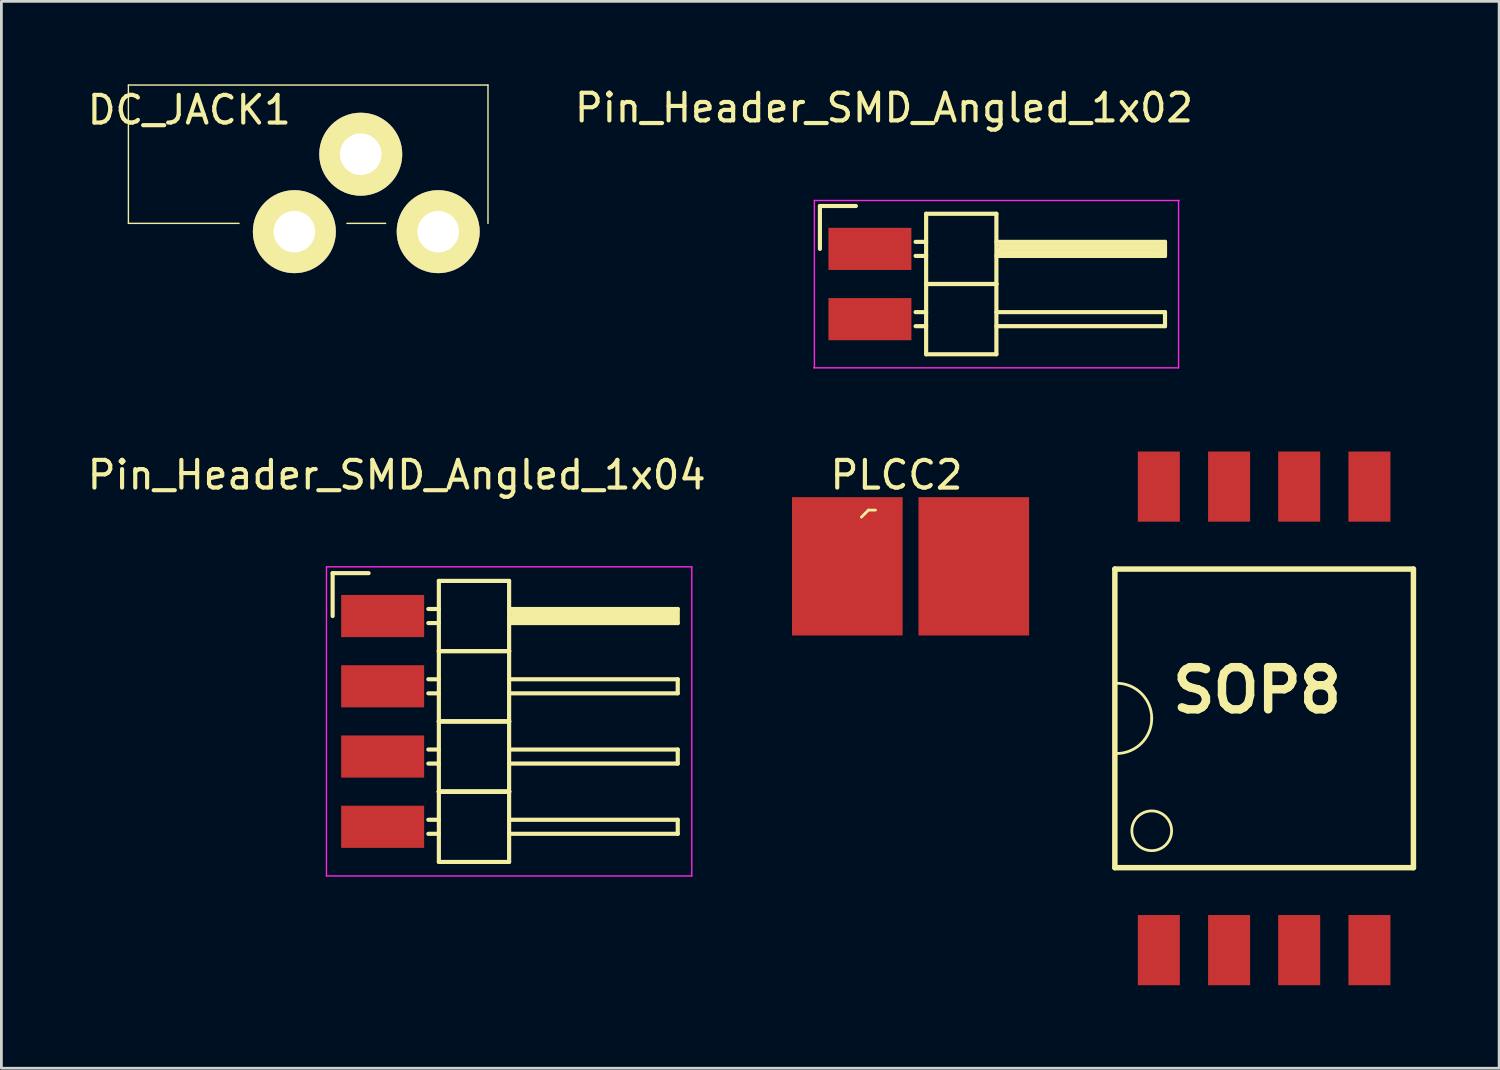
<source format=kicad_pcb>
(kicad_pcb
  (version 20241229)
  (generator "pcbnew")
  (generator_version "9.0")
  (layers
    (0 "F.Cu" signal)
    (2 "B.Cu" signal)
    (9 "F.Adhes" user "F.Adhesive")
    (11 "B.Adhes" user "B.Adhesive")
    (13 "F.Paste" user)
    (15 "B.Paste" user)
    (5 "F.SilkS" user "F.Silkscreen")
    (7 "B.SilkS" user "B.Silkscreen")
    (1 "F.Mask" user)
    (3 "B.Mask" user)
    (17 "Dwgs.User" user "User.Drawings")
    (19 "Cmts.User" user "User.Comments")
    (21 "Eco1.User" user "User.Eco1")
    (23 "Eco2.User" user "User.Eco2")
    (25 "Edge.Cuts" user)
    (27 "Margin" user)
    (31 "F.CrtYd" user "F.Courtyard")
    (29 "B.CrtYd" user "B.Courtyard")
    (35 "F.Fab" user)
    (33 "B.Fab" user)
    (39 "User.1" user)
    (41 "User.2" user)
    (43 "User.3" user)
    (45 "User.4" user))
  (footprint "PLCC2"
    (layer "F.Cu")
    (at 29.869 17.424)
    (property "Reference" "PLCC2" (at -0.508 -3.302 0) (layer "F.SilkS") (effects (font (size 1 1) (thickness 0.15))))
    (attr through_hole)
    (fp_line (start -1.524 -2.032) (end -1.778 -1.778) (stroke (width 0.1) (type solid)) (layer "F.SilkS"))
    (fp_line (start -1.27 -2.032) (end -1.524 -2.032) (stroke (width 0.1) (type solid)) (layer "F.SilkS"))
    (pad "1" smd rect (at -2.286 0) (size 4 5) (layers "F.Cu"))
    (pad "1" smd rect (at -1.524 0) (size 1.5 2.6) (layers "F.Cu" "F.Mask" "F.Paste"))
    (pad "2" smd rect (at 1.524 0) (size 1.5 2.6) (layers "F.Cu" "F.Mask" "F.Paste"))
    (pad "2" smd rect (at 2.286 0) (size 4 5) (layers "F.Cu")))
  (footprint "Pin_Header_SMD_Angled_1x02"
    (layer "F.Cu")
    (at 28.908 5.948)
    (property "Reference" "Pin_Header_SMD_Angled_1x02" (at 0 -5.1 0) (layer "F.SilkS") (effects (font (size 1 1) (thickness 0.15))))
    (attr through_hole)
    (fp_line (start -2.316 -1.55) (end -2.316 0) (stroke (width 0.15) (type solid)) (layer "F.SilkS"))
    (fp_line (start -1.016 -1.55) (end -2.316 -1.55) (stroke (width 0.15) (type solid)) (layer "F.SilkS"))
    (fp_line (start 1.524 -1.27) (end 1.524 1.27) (stroke (width 0.15) (type solid)) (layer "F.SilkS"))
    (fp_line (start 1.524 -1.27) (end 4.064 -1.27) (stroke (width 0.15) (type solid)) (layer "F.SilkS"))
    (fp_line (start 1.524 -0.254) (end 1.143 -0.254) (stroke (width 0.15) (type solid)) (layer "F.SilkS"))
    (fp_line (start 1.524 0.254) (end 1.143 0.254) (stroke (width 0.15) (type solid)) (layer "F.SilkS"))
    (fp_line (start 1.524 1.27) (end 1.524 3.81) (stroke (width 0.15) (type solid)) (layer "F.SilkS"))
    (fp_line (start 1.524 1.27) (end 4.064 1.27) (stroke (width 0.15) (type solid)) (layer "F.SilkS"))
    (fp_line (start 1.524 1.27) (end 4.064 1.27) (stroke (width 0.15) (type solid)) (layer "F.SilkS"))
    (fp_line (start 1.524 2.286) (end 1.143 2.286) (stroke (width 0.15) (type solid)) (layer "F.SilkS"))
    (fp_line (start 1.524 2.794) (end 1.143 2.794) (stroke (width 0.15) (type solid)) (layer "F.SilkS"))
    (fp_line (start 1.524 3.81) (end 4.064 3.81) (stroke (width 0.15) (type solid)) (layer "F.SilkS"))
    (fp_line (start 4.064 -0.254) (end 10.16 -0.254) (stroke (width 0.15) (type solid)) (layer "F.SilkS"))
    (fp_line (start 4.064 1.27) (end 4.064 -1.27) (stroke (width 0.15) (type solid)) (layer "F.SilkS"))
    (fp_line (start 4.064 2.286) (end 10.16 2.286) (stroke (width 0.15) (type solid)) (layer "F.SilkS"))
    (fp_line (start 4.064 3.81) (end 4.064 1.27) (stroke (width 0.15) (type solid)) (layer "F.SilkS"))
    (fp_line (start 4.191 -0.127) (end 10.033 -0.127) (stroke (width 0.15) (type solid)) (layer "F.SilkS"))
    (fp_line (start 4.191 0) (end 10.033 0) (stroke (width 0.15) (type solid)) (layer "F.SilkS"))
    (fp_line (start 4.191 0.127) (end 4.191 0) (stroke (width 0.15) (type solid)) (layer "F.SilkS"))
    (fp_line (start 10.033 -0.127) (end 10.033 0.127) (stroke (width 0.15) (type solid)) (layer "F.SilkS"))
    (fp_line (start 10.033 0.127) (end 4.191 0.127) (stroke (width 0.15) (type solid)) (layer "F.SilkS"))
    (fp_line (start 10.16 -0.254) (end 10.16 0.254) (stroke (width 0.15) (type solid)) (layer "F.SilkS"))
    (fp_line (start 10.16 0.254) (end 4.064 0.254) (stroke (width 0.15) (type solid)) (layer "F.SilkS"))
    (fp_line (start 10.16 2.286) (end 10.16 2.794) (stroke (width 0.15) (type solid)) (layer "F.SilkS"))
    (fp_line (start 10.16 2.794) (end 4.064 2.794) (stroke (width 0.15) (type solid)) (layer "F.SilkS"))
    (fp_line (start -2.54 4.3) (end 10.65 4.3) (stroke (width 0.05) (type solid)) (layer "F.CrtYd"))
    (fp_line (start -2.516 -1.75) (end -2.516 4.3) (stroke (width 0.05) (type solid)) (layer "F.CrtYd"))
    (fp_line (start -2.516 -1.75) (end 10.668 -1.75) (stroke (width 0.05) (type solid)) (layer "F.CrtYd"))
    (fp_line (start 10.65 -1.75) (end 10.65 4.3) (stroke (width 0.05) (type solid)) (layer "F.CrtYd"))
    (pad "1" smd rect (at -0.508 0) (size 3 1.524) (layers "F.Cu" "F.Mask" "F.Paste"))
    (pad "2" smd rect (at -0.508 2.54) (size 3 1.524) (layers "F.Cu" "F.Mask" "F.Paste")))
  (footprint "DC_JACK1"
    (layer "F.Cu")
    (at 1.592 2.525)
    (property "Reference" "DC_JACK1" (at 2.2 -1.6 0) (layer "F.SilkS") (effects (font (size 1 1) (thickness 0.15))))
    (attr through_hole)
    (fp_line (start 0 -2.5) (end 0 2.5) (stroke (width 0.05) (type solid)) (layer "F.SilkS"))
    (fp_line (start 0 2.5) (end 4 2.5) (stroke (width 0.05) (type solid)) (layer "F.SilkS"))
    (fp_line (start 9.3 2.5) (end 7.9 2.5) (stroke (width 0.05) (type solid)) (layer "F.SilkS"))
    (fp_line (start 13 -2.5) (end 0 -2.5) (stroke (width 0.05) (type solid)) (layer "F.SilkS"))
    (fp_line (start 13 2.5) (end 13 -2.5) (stroke (width 0.05) (type solid)) (layer "F.SilkS"))
    (pad "1" thru_hole circle (at 11.2 2.8) (size 3 3) (drill 1.5) (layers "*.Cu" "*.Mask" "F.SilkS"))
    (pad "2" thru_hole circle (at 6 2.8) (size 3 3) (drill 1.5) (layers "*.Cu" "*.Mask" "F.SilkS"))
    (pad "3" thru_hole circle (at 8.4 0) (size 3 3) (drill 1.5) (layers "*.Cu" "*.Mask" "F.SilkS")))
  (footprint "Pin_Header_SMD_Angled_1x04"
    (layer "F.Cu")
    (at 11.292 19.221)
    (property "Reference" "Pin_Header_SMD_Angled_1x04" (at 0 -5.1 0) (layer "F.SilkS") (effects (font (size 1 1) (thickness 0.15))))
    (attr through_hole)
    (fp_line (start -2.316 -1.55) (end -2.316 0) (stroke (width 0.15) (type solid)) (layer "F.SilkS"))
    (fp_line (start -1.016 -1.55) (end -2.316 -1.55) (stroke (width 0.15) (type solid)) (layer "F.SilkS"))
    (fp_line (start 1.524 -1.27) (end 1.524 1.27) (stroke (width 0.15) (type solid)) (layer "F.SilkS"))
    (fp_line (start 1.524 -1.27) (end 4.064 -1.27) (stroke (width 0.15) (type solid)) (layer "F.SilkS"))
    (fp_line (start 1.524 -0.254) (end 1.143 -0.254) (stroke (width 0.15) (type solid)) (layer "F.SilkS"))
    (fp_line (start 1.524 0.254) (end 1.143 0.254) (stroke (width 0.15) (type solid)) (layer "F.SilkS"))
    (fp_line (start 1.524 1.27) (end 1.524 3.81) (stroke (width 0.15) (type solid)) (layer "F.SilkS"))
    (fp_line (start 1.524 1.27) (end 4.064 1.27) (stroke (width 0.15) (type solid)) (layer "F.SilkS"))
    (fp_line (start 1.524 1.27) (end 4.064 1.27) (stroke (width 0.15) (type solid)) (layer "F.SilkS"))
    (fp_line (start 1.524 2.286) (end 1.143 2.286) (stroke (width 0.15) (type solid)) (layer "F.SilkS"))
    (fp_line (start 1.524 2.794) (end 1.143 2.794) (stroke (width 0.15) (type solid)) (layer "F.SilkS"))
    (fp_line (start 1.524 3.81) (end 1.524 6.35) (stroke (width 0.15) (type solid)) (layer "F.SilkS"))
    (fp_line (start 1.524 3.81) (end 4.064 3.81) (stroke (width 0.15) (type solid)) (layer "F.SilkS"))
    (fp_line (start 1.524 3.81) (end 4.064 3.81) (stroke (width 0.15) (type solid)) (layer "F.SilkS"))
    (fp_line (start 1.524 3.81) (end 4.064 3.81) (stroke (width 0.15) (type solid)) (layer "F.SilkS"))
    (fp_line (start 1.524 4.826) (end 1.143 4.826) (stroke (width 0.15) (type solid)) (layer "F.SilkS"))
    (fp_line (start 1.524 5.334) (end 1.143 5.334) (stroke (width 0.15) (type solid)) (layer "F.SilkS"))
    (fp_line (start 1.524 6.35) (end 1.524 8.89) (stroke (width 0.15) (type solid)) (layer "F.SilkS"))
    (fp_line (start 1.524 6.35) (end 4.064 6.35) (stroke (width 0.15) (type solid)) (layer "F.SilkS"))
    (fp_line (start 1.524 6.35) (end 4.064 6.35) (stroke (width 0.15) (type solid)) (layer "F.SilkS"))
    (fp_line (start 1.524 6.35) (end 4.064 6.35) (stroke (width 0.15) (type solid)) (layer "F.SilkS"))
    (fp_line (start 1.524 6.35) (end 4.064 6.35) (stroke (width 0.15) (type solid)) (layer "F.SilkS"))
    (fp_line (start 1.524 7.366) (end 1.143 7.366) (stroke (width 0.15) (type solid)) (layer "F.SilkS"))
    (fp_line (start 1.524 7.874) (end 1.143 7.874) (stroke (width 0.15) (type solid)) (layer "F.SilkS"))
    (fp_line (start 1.524 8.89) (end 4.064 8.89) (stroke (width 0.15) (type solid)) (layer "F.SilkS"))
    (fp_line (start 4.064 -0.254) (end 10.16 -0.254) (stroke (width 0.15) (type solid)) (layer "F.SilkS"))
    (fp_line (start 4.064 1.27) (end 4.064 -1.27) (stroke (width 0.15) (type solid)) (layer "F.SilkS"))
    (fp_line (start 4.064 2.286) (end 10.16 2.286) (stroke (width 0.15) (type solid)) (layer "F.SilkS"))
    (fp_line (start 4.064 3.81) (end 4.064 1.27) (stroke (width 0.15) (type solid)) (layer "F.SilkS"))
    (fp_line (start 4.064 4.826) (end 10.16 4.826) (stroke (width 0.15) (type solid)) (layer "F.SilkS"))
    (fp_line (start 4.064 6.35) (end 4.064 3.81) (stroke (width 0.15) (type solid)) (layer "F.SilkS"))
    (fp_line (start 4.064 7.366) (end 10.16 7.366) (stroke (width 0.15) (type solid)) (layer "F.SilkS"))
    (fp_line (start 4.064 8.89) (end 4.064 6.35) (stroke (width 0.15) (type solid)) (layer "F.SilkS"))
    (fp_line (start 4.191 -0.127) (end 10.033 -0.127) (stroke (width 0.15) (type solid)) (layer "F.SilkS"))
    (fp_line (start 4.191 0) (end 10.033 0) (stroke (width 0.15) (type solid)) (layer "F.SilkS"))
    (fp_line (start 4.191 0.127) (end 4.191 0) (stroke (width 0.15) (type solid)) (layer "F.SilkS"))
    (fp_line (start 10.033 -0.127) (end 10.033 0.127) (stroke (width 0.15) (type solid)) (layer "F.SilkS"))
    (fp_line (start 10.033 0.127) (end 4.191 0.127) (stroke (width 0.15) (type solid)) (layer "F.SilkS"))
    (fp_line (start 10.16 -0.254) (end 10.16 0.254) (stroke (width 0.15) (type solid)) (layer "F.SilkS"))
    (fp_line (start 10.16 0.254) (end 4.064 0.254) (stroke (width 0.15) (type solid)) (layer "F.SilkS"))
    (fp_line (start 10.16 2.286) (end 10.16 2.794) (stroke (width 0.15) (type solid)) (layer "F.SilkS"))
    (fp_line (start 10.16 2.794) (end 4.064 2.794) (stroke (width 0.15) (type solid)) (layer "F.SilkS"))
    (fp_line (start 10.16 4.826) (end 10.16 5.334) (stroke (width 0.15) (type solid)) (layer "F.SilkS"))
    (fp_line (start 10.16 5.334) (end 4.064 5.334) (stroke (width 0.15) (type solid)) (layer "F.SilkS"))
    (fp_line (start 10.16 7.366) (end 10.16 7.874) (stroke (width 0.15) (type solid)) (layer "F.SilkS"))
    (fp_line (start 10.16 7.874) (end 4.064 7.874) (stroke (width 0.15) (type solid)) (layer "F.SilkS"))
    (fp_line (start -2.54 -1.778) (end 10.668 -1.778) (stroke (width 0.05) (type solid)) (layer "F.CrtYd"))
    (fp_line (start -2.54 9.398) (end -2.54 -1.778) (stroke (width 0.05) (type solid)) (layer "F.CrtYd"))
    (fp_line (start 10.668 -1.778) (end 10.668 9.398) (stroke (width 0.05) (type solid)) (layer "F.CrtYd"))
    (fp_line (start 10.668 9.398) (end -2.54 9.398) (stroke (width 0.05) (type solid)) (layer "F.CrtYd"))
    (pad "1" smd rect (at -0.508 0) (size 3 1.524) (layers "F.Cu" "F.Mask" "F.Paste"))
    (pad "2" smd rect (at -0.508 2.54) (size 3 1.524) (layers "F.Cu" "F.Mask" "F.Paste"))
    (pad "3" smd rect (at -0.508 5.08) (size 3 1.524) (layers "F.Cu" "F.Mask" "F.Paste"))
    (pad "4" smd rect (at -0.508 7.62) (size 3 1.524) (layers "F.Cu" "F.Mask" "F.Paste")))
  (footprint "SOP8"
    (layer "F.Cu")
    (at 42.652 22.921)
    (property "Reference" "SOP8" (at -0.254 -1.016 0) (layer "F.SilkS") (effects (font (size 1.524 1.524) (thickness 0.305))))
    (attr through_hole)
    (fp_line (start -5.397 -5.397) (end -5.397 5.397) (stroke (width 0.198) (type solid)) (layer "F.SilkS"))
    (fp_line (start -5.397 -5.397) (end 5.397 -5.397) (stroke (width 0.198) (type solid)) (layer "F.SilkS"))
    (fp_line (start -5.397 5.397) (end 5.397 5.397) (stroke (width 0.198) (type solid)) (layer "F.SilkS"))
    (fp_line (start 5.397 -5.397) (end 5.397 5.397) (stroke (width 0.198) (type solid)) (layer "F.SilkS"))
    (fp_arc (start -5.334 -1.27) (mid -4.435974 -0.898026) (end -4.064 0) (stroke (width 0.1) (type solid)) (layer "F.SilkS"))
    (fp_arc (start -4.064 0) (mid -4.435974 0.898026) (end -5.334 1.27) (stroke (width 0.1) (type solid)) (layer "F.SilkS"))
    (fp_circle (center -4.064 4.064) (end -3.556 3.556) (stroke (width 0.1) (type solid)) (fill no) (layer "F.SilkS"))
    (pad "1" smd rect (at -3.807 8.379 180) (size 1.519 2.537) (layers "F.Cu" "F.Mask" "F.Paste"))
    (pad "2" smd rect (at -1.267 8.379 180) (size 1.519 2.537) (layers "F.Cu" "F.Mask" "F.Paste"))
    (pad "3" smd rect (at 1.267 8.379 180) (size 1.519 2.537) (layers "F.Cu" "F.Mask" "F.Paste"))
    (pad "4" smd rect (at 3.807 8.379 180) (size 1.519 2.537) (layers "F.Cu" "F.Mask" "F.Paste"))
    (pad "5" smd rect (at 3.807 -8.379) (size 1.519 2.537) (layers "F.Cu" "F.Mask" "F.Paste"))
    (pad "6" smd rect (at 1.267 -8.379) (size 1.519 2.537) (layers "F.Cu" "F.Mask" "F.Paste"))
    (pad "7" smd rect (at -1.267 -8.379) (size 1.519 2.537) (layers "F.Cu" "F.Mask" "F.Paste"))
    (pad "8" smd rect (at -3.807 -8.379) (size 1.519 2.537) (layers "F.Cu" "F.Mask" "F.Paste")))
  (gr_rect
    (start -3 -3)
    (end 51.148 35.57)
    (stroke (width 0.1) (type default))
    (fill no)
    (layer "Edge.Cuts")))
</source>
